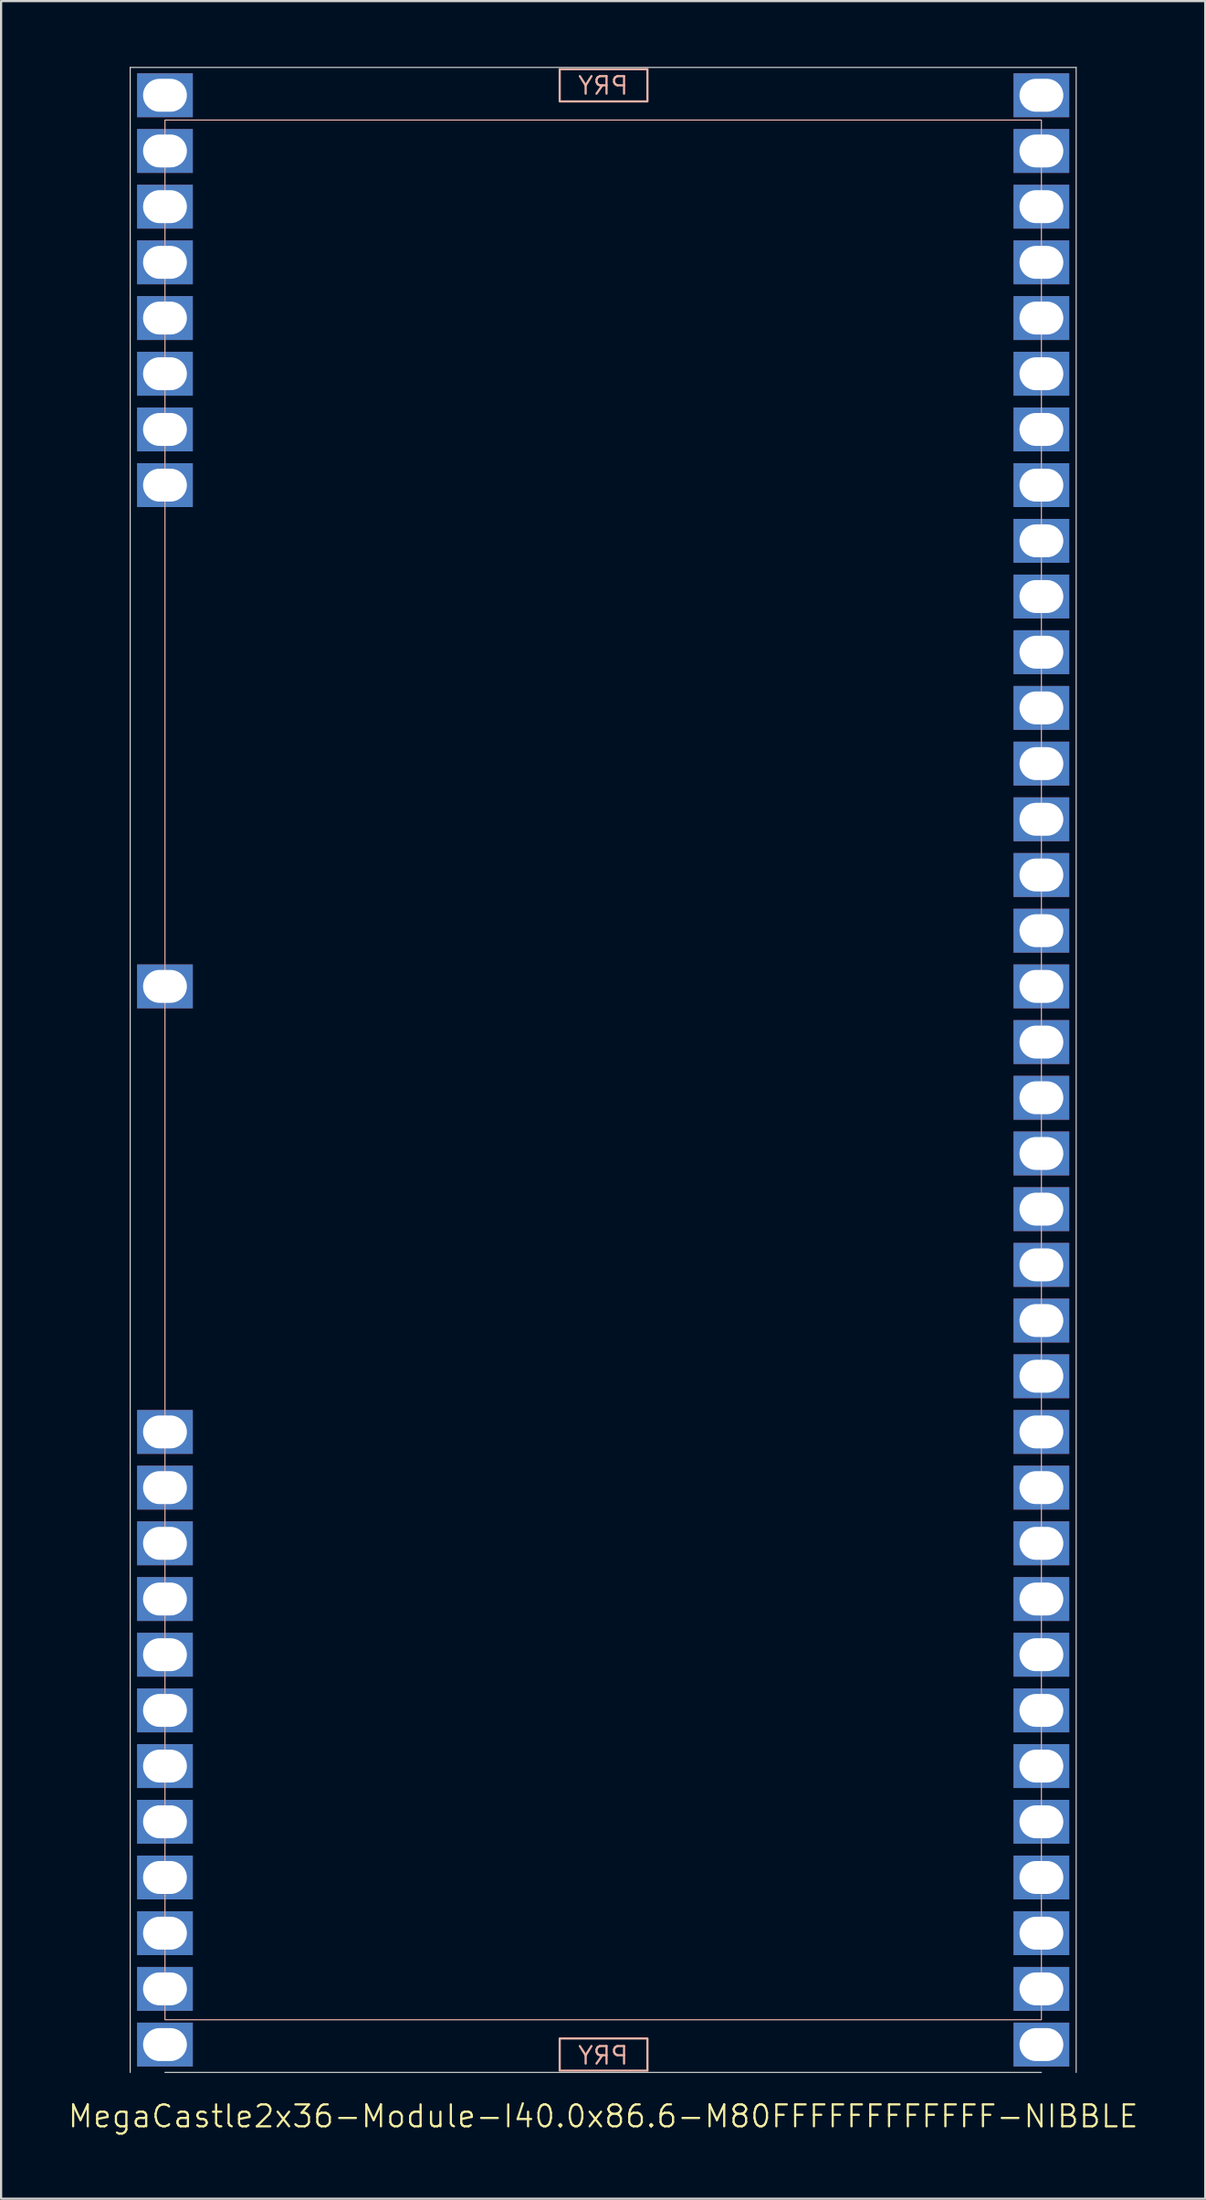
<source format=kicad_pcb>
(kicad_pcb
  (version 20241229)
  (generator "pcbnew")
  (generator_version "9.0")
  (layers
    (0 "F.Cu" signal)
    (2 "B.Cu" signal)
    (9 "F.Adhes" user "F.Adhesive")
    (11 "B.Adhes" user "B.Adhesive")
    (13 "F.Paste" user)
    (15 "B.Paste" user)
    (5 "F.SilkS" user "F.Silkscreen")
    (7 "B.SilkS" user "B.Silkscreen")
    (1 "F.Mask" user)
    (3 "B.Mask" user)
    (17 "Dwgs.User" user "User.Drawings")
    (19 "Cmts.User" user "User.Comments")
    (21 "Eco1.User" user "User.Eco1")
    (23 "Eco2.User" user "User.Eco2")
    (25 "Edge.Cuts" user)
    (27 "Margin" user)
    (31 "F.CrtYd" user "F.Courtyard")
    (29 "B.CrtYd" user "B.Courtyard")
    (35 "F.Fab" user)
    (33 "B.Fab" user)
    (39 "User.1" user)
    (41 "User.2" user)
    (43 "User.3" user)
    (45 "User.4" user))
  (footprint "MegaCastle2x36-Module-I40.0x86.6-M80FFFFFFFFFFFF-NIBBLE"
    (layer "F.Cu")
    (at 24.479 45.745)
    (property "Reference" "MegaCastle2x36-Module-I40.0x86.6-M80FFFFFFFFFFFF-NIBBLE" (at 0 47.72 0) (unlocked yes) (layer "F.SilkS") (effects (font (size 1 1) (thickness 0.1))))
    (attr smd)
    (fp_rect (start -20 43.32) (end 20 -43.32) (stroke (width 0.05) (type default)) (fill no) (layer "B.SilkS"))
    (fp_rect (start -1.984 -44.171) (end 2.02 -45.64) (stroke (width 0.1) (type default)) (fill no) (layer "B.SilkS"))
    (fp_rect (start -1.984 44.171) (end 2.02 45.64) (stroke (width 0.1) (type default)) (fill no) (layer "B.SilkS"))
    (fp_line (start -21.587 -45.72) (end -21.587 45.72) (stroke (width 0.05) (type default)) (layer "Edge.Cuts"))
    (fp_line (start -21.587 -45.72) (end 21.587 -45.72) (stroke (width 0.05) (type default)) (layer "Edge.Cuts"))
    (fp_line (start -20 45.72) (end 20 45.72) (stroke (width 0.05) (type default)) (layer "Edge.Cuts"))
    (fp_line (start 21.587 -45.72) (end 21.587 45.72) (stroke (width 0.05) (type default)) (layer "Edge.Cuts"))
    (fp_text user "PRY" (at 0 -44.42 0) (unlocked yes) (layer "B.SilkS") (effects (font (size 0.8 0.8) (thickness 0.1)) (justify bottom mirror)))
    (fp_text user "PRY" (at 0 45.42 0) (unlocked yes) (layer "B.SilkS") (effects (font (size 0.8 0.8) (thickness 0.1)) (justify bottom mirror)))
    (pad "1" thru_hole rect (at -20 -44.45) (size 2.54 2) (drill oval 2 1.5) (property pad_prop_castellated) (layers "*.Cu" "*.Mask"))
    (pad "2" thru_hole rect (at -20 -41.91) (size 2.54 2) (drill oval 2 1.5) (property pad_prop_castellated) (layers "*.Cu" "*.Mask"))
    (pad "3" thru_hole rect (at -20 -39.37) (size 2.54 2) (drill oval 2 1.5) (property pad_prop_castellated) (layers "*.Cu" "*.Mask"))
    (pad "4" thru_hole rect (at -20 -36.83) (size 2.54 2) (drill oval 2 1.5) (property pad_prop_castellated) (layers "*.Cu" "*.Mask"))
    (pad "5" thru_hole rect (at -20 -34.29) (size 2.54 2) (drill oval 2 1.5) (property pad_prop_castellated) (layers "*.Cu" "*.Mask"))
    (pad "6" thru_hole rect (at -20 -31.75) (size 2.54 2) (drill oval 2 1.5) (property pad_prop_castellated) (layers "*.Cu" "*.Mask"))
    (pad "7" thru_hole rect (at -20 -29.21) (size 2.54 2) (drill oval 2 1.5) (property pad_prop_castellated) (layers "*.Cu" "*.Mask"))
    (pad "8" thru_hole rect (at -20 -26.67) (size 2.54 2) (drill oval 2 1.5) (property pad_prop_castellated) (layers "*.Cu" "*.Mask"))
    (pad "17" thru_hole rect (at -20 -3.81) (size 2.54 2) (drill oval 2 1.5) (property pad_prop_castellated) (layers "*.Cu" "*.Mask"))
    (pad "25" thru_hole rect (at -20 16.51) (size 2.54 2) (drill oval 2 1.5) (property pad_prop_castellated) (layers "*.Cu" "*.Mask"))
    (pad "26" thru_hole rect (at -20 19.05) (size 2.54 2) (drill oval 2 1.5) (property pad_prop_castellated) (layers "*.Cu" "*.Mask"))
    (pad "27" thru_hole rect (at -20 21.59) (size 2.54 2) (drill oval 2 1.5) (property pad_prop_castellated) (layers "*.Cu" "*.Mask"))
    (pad "28" thru_hole rect (at -20 24.13) (size 2.54 2) (drill oval 2 1.5) (property pad_prop_castellated) (layers "*.Cu" "*.Mask"))
    (pad "29" thru_hole rect (at -20 26.67) (size 2.54 2) (drill oval 2 1.5) (property pad_prop_castellated) (layers "*.Cu" "*.Mask"))
    (pad "30" thru_hole rect (at -20 29.21) (size 2.54 2) (drill oval 2 1.5) (property pad_prop_castellated) (layers "*.Cu" "*.Mask"))
    (pad "31" thru_hole rect (at -20 31.75) (size 2.54 2) (drill oval 2 1.5) (property pad_prop_castellated) (layers "*.Cu" "*.Mask"))
    (pad "32" thru_hole rect (at -20 34.29) (size 2.54 2) (drill oval 2 1.5) (property pad_prop_castellated) (layers "*.Cu" "*.Mask"))
    (pad "33" thru_hole rect (at -20 36.83) (size 2.54 2) (drill oval 2 1.5) (property pad_prop_castellated) (layers "*.Cu" "*.Mask"))
    (pad "34" thru_hole rect (at -20 39.37) (size 2.54 2) (drill oval 2 1.5) (property pad_prop_castellated) (layers "*.Cu" "*.Mask"))
    (pad "35" thru_hole rect (at -20 41.91) (size 2.54 2) (drill oval 2 1.5) (property pad_prop_castellated) (layers "*.Cu" "*.Mask"))
    (pad "36" thru_hole rect (at -20 44.45) (size 2.54 2) (drill oval 2 1.5) (property pad_prop_castellated) (layers "*.Cu" "*.Mask"))
    (pad "37" thru_hole rect (at 20 -44.45) (size 2.54 2) (drill oval 2 1.5) (property pad_prop_castellated) (layers "*.Cu" "*.Mask"))
    (pad "38" thru_hole rect (at 20 -41.91) (size 2.54 2) (drill oval 2 1.5) (property pad_prop_castellated) (layers "*.Cu" "*.Mask"))
    (pad "39" thru_hole rect (at 20 -39.37) (size 2.54 2) (drill oval 2 1.5) (property pad_prop_castellated) (layers "*.Cu" "*.Mask"))
    (pad "40" thru_hole rect (at 20 -36.83) (size 2.54 2) (drill oval 2 1.5) (property pad_prop_castellated) (layers "*.Cu" "*.Mask"))
    (pad "41" thru_hole rect (at 20 -34.29) (size 2.54 2) (drill oval 2 1.5) (property pad_prop_castellated) (layers "*.Cu" "*.Mask"))
    (pad "42" thru_hole rect (at 20 -31.75) (size 2.54 2) (drill oval 2 1.5) (property pad_prop_castellated) (layers "*.Cu" "*.Mask"))
    (pad "43" thru_hole rect (at 20 -29.21) (size 2.54 2) (drill oval 2 1.5) (property pad_prop_castellated) (layers "*.Cu" "*.Mask"))
    (pad "44" thru_hole rect (at 20 -26.67) (size 2.54 2) (drill oval 2 1.5) (property pad_prop_castellated) (layers "*.Cu" "*.Mask"))
    (pad "45" thru_hole rect (at 20 -24.13) (size 2.54 2) (drill oval 2 1.5) (property pad_prop_castellated) (layers "*.Cu" "*.Mask"))
    (pad "46" thru_hole rect (at 20 -21.59) (size 2.54 2) (drill oval 2 1.5) (property pad_prop_castellated) (layers "*.Cu" "*.Mask"))
    (pad "47" thru_hole rect (at 20 -19.05) (size 2.54 2) (drill oval 2 1.5) (property pad_prop_castellated) (layers "*.Cu" "*.Mask"))
    (pad "48" thru_hole rect (at 20 -16.51) (size 2.54 2) (drill oval 2 1.5) (property pad_prop_castellated) (layers "*.Cu" "*.Mask"))
    (pad "49" thru_hole rect (at 20 -13.97) (size 2.54 2) (drill oval 2 1.5) (property pad_prop_castellated) (layers "*.Cu" "*.Mask"))
    (pad "50" thru_hole rect (at 20 -11.43) (size 2.54 2) (drill oval 2 1.5) (property pad_prop_castellated) (layers "*.Cu" "*.Mask"))
    (pad "51" thru_hole rect (at 20 -8.89) (size 2.54 2) (drill oval 2 1.5) (property pad_prop_castellated) (layers "*.Cu" "*.Mask"))
    (pad "52" thru_hole rect (at 20 -6.35) (size 2.54 2) (drill oval 2 1.5) (property pad_prop_castellated) (layers "*.Cu" "*.Mask"))
    (pad "53" thru_hole rect (at 20 -3.81) (size 2.54 2) (drill oval 2 1.5) (property pad_prop_castellated) (layers "*.Cu" "*.Mask"))
    (pad "54" thru_hole rect (at 20 -1.27) (size 2.54 2) (drill oval 2 1.5) (property pad_prop_castellated) (layers "*.Cu" "*.Mask"))
    (pad "55" thru_hole rect (at 20 1.27) (size 2.54 2) (drill oval 2 1.5) (property pad_prop_castellated) (layers "*.Cu" "*.Mask"))
    (pad "56" thru_hole rect (at 20 3.81) (size 2.54 2) (drill oval 2 1.5) (property pad_prop_castellated) (layers "*.Cu" "*.Mask"))
    (pad "57" thru_hole rect (at 20 6.35) (size 2.54 2) (drill oval 2 1.5) (property pad_prop_castellated) (layers "*.Cu" "*.Mask"))
    (pad "58" thru_hole rect (at 20 8.89) (size 2.54 2) (drill oval 2 1.5) (property pad_prop_castellated) (layers "*.Cu" "*.Mask"))
    (pad "59" thru_hole rect (at 20 11.43) (size 2.54 2) (drill oval 2 1.5) (property pad_prop_castellated) (layers "*.Cu" "*.Mask"))
    (pad "60" thru_hole rect (at 20 13.97) (size 2.54 2) (drill oval 2 1.5) (property pad_prop_castellated) (layers "*.Cu" "*.Mask"))
    (pad "61" thru_hole rect (at 20 16.51) (size 2.54 2) (drill oval 2 1.5) (property pad_prop_castellated) (layers "*.Cu" "*.Mask"))
    (pad "62" thru_hole rect (at 20 19.05) (size 2.54 2) (drill oval 2 1.5) (property pad_prop_castellated) (layers "*.Cu" "*.Mask"))
    (pad "63" thru_hole rect (at 20 21.59) (size 2.54 2) (drill oval 2 1.5) (property pad_prop_castellated) (layers "*.Cu" "*.Mask"))
    (pad "64" thru_hole rect (at 20 24.13) (size 2.54 2) (drill oval 2 1.5) (property pad_prop_castellated) (layers "*.Cu" "*.Mask"))
    (pad "65" thru_hole rect (at 20 26.67) (size 2.54 2) (drill oval 2 1.5) (property pad_prop_castellated) (layers "*.Cu" "*.Mask"))
    (pad "66" thru_hole rect (at 20 29.21) (size 2.54 2) (drill oval 2 1.5) (property pad_prop_castellated) (layers "*.Cu" "*.Mask"))
    (pad "67" thru_hole rect (at 20 31.75) (size 2.54 2) (drill oval 2 1.5) (property pad_prop_castellated) (layers "*.Cu" "*.Mask"))
    (pad "68" thru_hole rect (at 20 34.29) (size 2.54 2) (drill oval 2 1.5) (property pad_prop_castellated) (layers "*.Cu" "*.Mask"))
    (pad "69" thru_hole rect (at 20 36.83) (size 2.54 2) (drill oval 2 1.5) (property pad_prop_castellated) (layers "*.Cu" "*.Mask"))
    (pad "70" thru_hole rect (at 20 39.37) (size 2.54 2) (drill oval 2 1.5) (property pad_prop_castellated) (layers "*.Cu" "*.Mask"))
    (pad "71" thru_hole rect (at 20 41.91) (size 2.54 2) (drill oval 2 1.5) (property pad_prop_castellated) (layers "*.Cu" "*.Mask"))
    (pad "72" thru_hole rect (at 20 44.45) (size 2.54 2) (drill oval 2 1.5) (property pad_prop_castellated) (layers "*.Cu" "*.Mask"))
    (zone (net_name "") (layer "B.Cu") (hatch edge 0.5) (connect_pads) (min_thickness 0.25) (filled_areas_thickness no) (keepout (tracks allowed) (vias allowed) (pads allowed) (copperpour allowed) (footprints not_allowed)) (placement (enabled no)) (fill) (polygon (pts (xy 4.479 91.465) (xy 4.479 0.025))))
    (zone (net_name "") (layer "B.Cu") (hatch edge 0.5) (connect_pads) (min_thickness 0.25) (filled_areas_thickness no) (keepout (tracks allowed) (vias allowed) (pads allowed) (copperpour allowed) (footprints not_allowed)) (placement (enabled no)) (fill) (polygon (pts (xy 44.479 91.465) (xy 44.479 0.025))))
    (zone (net_name "") (layer "B.Cu") (hatch edge 0.5) (connect_pads) (min_thickness 0.25) (filled_areas_thickness no) (keepout (tracks allowed) (vias allowed) (pads allowed) (copperpour allowed) (footprints not_allowed)) (placement (enabled no)) (fill) (polygon (pts (xy 4.479 0.025) (xy 4.479 2.425) (xy 44.479 2.425) (xy 44.479 0.025))))
    (zone (net_name "") (layer "B.Cu") (hatch edge 0.5) (connect_pads) (min_thickness 0.25) (filled_areas_thickness no) (keepout (tracks allowed) (vias allowed) (pads allowed) (copperpour allowed) (footprints not_allowed)) (placement (enabled no)) (fill) (polygon (pts (xy 4.479 91.465) (xy 4.479 89.065) (xy 44.479 89.065) (xy 44.479 91.465))))
    (zone (net_name "") (layer "B.Cu") (name "Upper Pry Zone") (hatch edge 0.5) (connect_pads) (min_thickness 0.25) (filled_areas_thickness no) (keepout (tracks not_allowed) (vias not_allowed) (pads not_allowed) (copperpour allowed) (footprints not_allowed)) (placement (enabled no)) (fill) (polygon (pts (xy 22.494 1.574) (xy 22.494 0.105) (xy 26.498 0.105) (xy 26.498 1.574))))
    (zone (net_name "") (layer "B.Cu") (name "Upper Pry Zone") (hatch edge 0.5) (connect_pads) (min_thickness 0.25) (filled_areas_thickness no) (keepout (tracks not_allowed) (vias not_allowed) (pads not_allowed) (copperpour allowed) (footprints not_allowed)) (placement (enabled no)) (fill) (polygon (pts (xy 22.494 89.916) (xy 22.494 91.385) (xy 26.498 91.385) (xy 26.498 89.916)))))
  (gr_rect
    (start -3 -3)
    (end 51.957 97.226)
    (stroke (width 0.1) (type default))
    (fill no)
    (layer "Edge.Cuts")))
</source>
